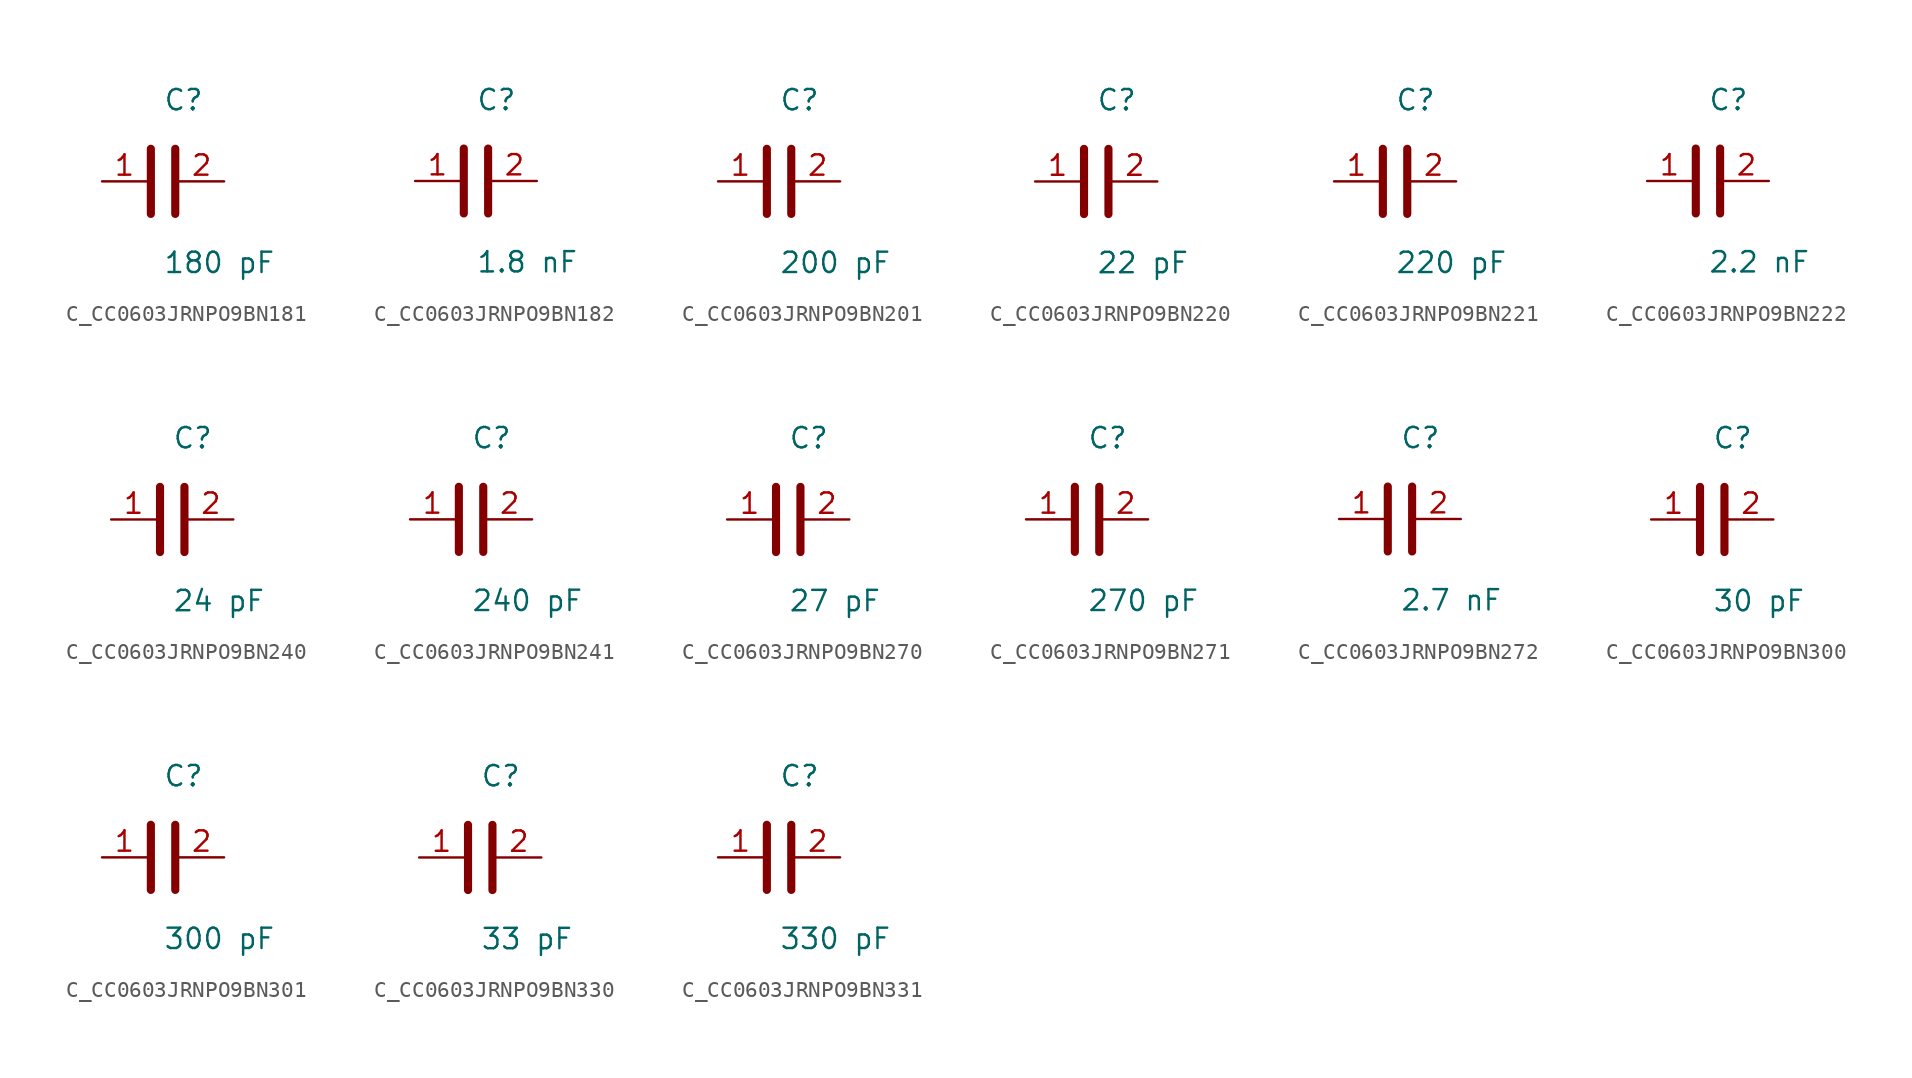
<source format=kicad_sym>
(kicad_symbol_lib
  (version 20231120)
  (generator kicad_symbol_editor)
  (generator_version 8.0)
  (symbol "C_CC0603JRNPO9BN181"
    (pin_names
      (offset 0.254))
    (property "Reference" "C"
      (at 0.0 5.08 0)
      (effects (font (size 1.27 1.27)) (justify left)))
    (property "Value" "180 pF"
      (at 0.0 -5.08 0)
      (effects (font (size 1.27 1.27)) (justify left)))
    (symbol "C_CC0603JRNPO9BN181_0_1"
      (polyline (pts (xy -0.762 -2.032) (xy -0.762 2.032)) (stroke (width 0.508) (type default)) (fill (type none)))
      (polyline (pts (xy 0.762 -2.032) (xy 0.762 2.032)) (stroke (width 0.508) (type default)) (fill (type none))))
    (pin unspecified line
      (at -3.81 0 0)
      (length 2.8)
      (name "" (effects (font (size 1.27 1.27))))
      (number "1" (effects (font (size 1.27 1.27)))))
    (pin unspecified line
      (at 3.81 0 180)
      (length 2.8)
      (name "" (effects (font (size 1.27 1.27))))
      (number "2" (effects (font (size 1.27 1.27))))))
  (symbol "C_CC0603JRNPO9BN182"
    (pin_names
      (offset 0.254))
    (property "Reference" "C"
      (at 0.0 5.08 0)
      (effects (font (size 1.27 1.27)) (justify left)))
    (property "Value" "1.8 nF"
      (at 0.0 -5.08 0)
      (effects (font (size 1.27 1.27)) (justify left)))
    (symbol "C_CC0603JRNPO9BN182_0_1"
      (polyline (pts (xy -0.762 -2.032) (xy -0.762 2.032)) (stroke (width 0.508) (type default)) (fill (type none)))
      (polyline (pts (xy 0.762 -2.032) (xy 0.762 2.032)) (stroke (width 0.508) (type default)) (fill (type none))))
    (pin unspecified line
      (at -3.81 0 0)
      (length 2.8)
      (name "" (effects (font (size 1.27 1.27))))
      (number "1" (effects (font (size 1.27 1.27)))))
    (pin unspecified line
      (at 3.81 0 180)
      (length 2.8)
      (name "" (effects (font (size 1.27 1.27))))
      (number "2" (effects (font (size 1.27 1.27))))))
  (symbol "C_CC0603JRNPO9BN201"
    (pin_names
      (offset 0.254))
    (property "Reference" "C"
      (at 0.0 5.08 0)
      (effects (font (size 1.27 1.27)) (justify left)))
    (property "Value" "200 pF"
      (at 0.0 -5.08 0)
      (effects (font (size 1.27 1.27)) (justify left)))
    (symbol "C_CC0603JRNPO9BN201_0_1"
      (polyline (pts (xy -0.762 -2.032) (xy -0.762 2.032)) (stroke (width 0.508) (type default)) (fill (type none)))
      (polyline (pts (xy 0.762 -2.032) (xy 0.762 2.032)) (stroke (width 0.508) (type default)) (fill (type none))))
    (pin unspecified line
      (at -3.81 0 0)
      (length 2.8)
      (name "" (effects (font (size 1.27 1.27))))
      (number "1" (effects (font (size 1.27 1.27)))))
    (pin unspecified line
      (at 3.81 0 180)
      (length 2.8)
      (name "" (effects (font (size 1.27 1.27))))
      (number "2" (effects (font (size 1.27 1.27))))))
  (symbol "C_CC0603JRNPO9BN220"
    (pin_names
      (offset 0.254))
    (property "Reference" "C"
      (at 0.0 5.08 0)
      (effects (font (size 1.27 1.27)) (justify left)))
    (property "Value" "22 pF"
      (at 0.0 -5.08 0)
      (effects (font (size 1.27 1.27)) (justify left)))
    (symbol "C_CC0603JRNPO9BN220_0_1"
      (polyline (pts (xy -0.762 -2.032) (xy -0.762 2.032)) (stroke (width 0.508) (type default)) (fill (type none)))
      (polyline (pts (xy 0.762 -2.032) (xy 0.762 2.032)) (stroke (width 0.508) (type default)) (fill (type none))))
    (pin unspecified line
      (at -3.81 0 0)
      (length 2.8)
      (name "" (effects (font (size 1.27 1.27))))
      (number "1" (effects (font (size 1.27 1.27)))))
    (pin unspecified line
      (at 3.81 0 180)
      (length 2.8)
      (name "" (effects (font (size 1.27 1.27))))
      (number "2" (effects (font (size 1.27 1.27))))))
  (symbol "C_CC0603JRNPO9BN221"
    (pin_names
      (offset 0.254))
    (property "Reference" "C"
      (at 0.0 5.08 0)
      (effects (font (size 1.27 1.27)) (justify left)))
    (property "Value" "220 pF"
      (at 0.0 -5.08 0)
      (effects (font (size 1.27 1.27)) (justify left)))
    (symbol "C_CC0603JRNPO9BN221_0_1"
      (polyline (pts (xy -0.762 -2.032) (xy -0.762 2.032)) (stroke (width 0.508) (type default)) (fill (type none)))
      (polyline (pts (xy 0.762 -2.032) (xy 0.762 2.032)) (stroke (width 0.508) (type default)) (fill (type none))))
    (pin unspecified line
      (at -3.81 0 0)
      (length 2.8)
      (name "" (effects (font (size 1.27 1.27))))
      (number "1" (effects (font (size 1.27 1.27)))))
    (pin unspecified line
      (at 3.81 0 180)
      (length 2.8)
      (name "" (effects (font (size 1.27 1.27))))
      (number "2" (effects (font (size 1.27 1.27))))))
  (symbol "C_CC0603JRNPO9BN222"
    (pin_names
      (offset 0.254))
    (property "Reference" "C"
      (at 0.0 5.08 0)
      (effects (font (size 1.27 1.27)) (justify left)))
    (property "Value" "2.2 nF"
      (at 0.0 -5.08 0)
      (effects (font (size 1.27 1.27)) (justify left)))
    (symbol "C_CC0603JRNPO9BN222_0_1"
      (polyline (pts (xy -0.762 -2.032) (xy -0.762 2.032)) (stroke (width 0.508) (type default)) (fill (type none)))
      (polyline (pts (xy 0.762 -2.032) (xy 0.762 2.032)) (stroke (width 0.508) (type default)) (fill (type none))))
    (pin unspecified line
      (at -3.81 0 0)
      (length 2.8)
      (name "" (effects (font (size 1.27 1.27))))
      (number "1" (effects (font (size 1.27 1.27)))))
    (pin unspecified line
      (at 3.81 0 180)
      (length 2.8)
      (name "" (effects (font (size 1.27 1.27))))
      (number "2" (effects (font (size 1.27 1.27))))))
  (symbol "C_CC0603JRNPO9BN240"
    (pin_names
      (offset 0.254))
    (property "Reference" "C"
      (at 0.0 5.08 0)
      (effects (font (size 1.27 1.27)) (justify left)))
    (property "Value" "24 pF"
      (at 0.0 -5.08 0)
      (effects (font (size 1.27 1.27)) (justify left)))
    (symbol "C_CC0603JRNPO9BN240_0_1"
      (polyline (pts (xy -0.762 -2.032) (xy -0.762 2.032)) (stroke (width 0.508) (type default)) (fill (type none)))
      (polyline (pts (xy 0.762 -2.032) (xy 0.762 2.032)) (stroke (width 0.508) (type default)) (fill (type none))))
    (pin unspecified line
      (at -3.81 0 0)
      (length 2.8)
      (name "" (effects (font (size 1.27 1.27))))
      (number "1" (effects (font (size 1.27 1.27)))))
    (pin unspecified line
      (at 3.81 0 180)
      (length 2.8)
      (name "" (effects (font (size 1.27 1.27))))
      (number "2" (effects (font (size 1.27 1.27))))))
  (symbol "C_CC0603JRNPO9BN241"
    (pin_names
      (offset 0.254))
    (property "Reference" "C"
      (at 0.0 5.08 0)
      (effects (font (size 1.27 1.27)) (justify left)))
    (property "Value" "240 pF"
      (at 0.0 -5.08 0)
      (effects (font (size 1.27 1.27)) (justify left)))
    (symbol "C_CC0603JRNPO9BN241_0_1"
      (polyline (pts (xy -0.762 -2.032) (xy -0.762 2.032)) (stroke (width 0.508) (type default)) (fill (type none)))
      (polyline (pts (xy 0.762 -2.032) (xy 0.762 2.032)) (stroke (width 0.508) (type default)) (fill (type none))))
    (pin unspecified line
      (at -3.81 0 0)
      (length 2.8)
      (name "" (effects (font (size 1.27 1.27))))
      (number "1" (effects (font (size 1.27 1.27)))))
    (pin unspecified line
      (at 3.81 0 180)
      (length 2.8)
      (name "" (effects (font (size 1.27 1.27))))
      (number "2" (effects (font (size 1.27 1.27))))))
  (symbol "C_CC0603JRNPO9BN270"
    (pin_names
      (offset 0.254))
    (property "Reference" "C"
      (at 0.0 5.08 0)
      (effects (font (size 1.27 1.27)) (justify left)))
    (property "Value" "27 pF"
      (at 0.0 -5.08 0)
      (effects (font (size 1.27 1.27)) (justify left)))
    (symbol "C_CC0603JRNPO9BN270_0_1"
      (polyline (pts (xy -0.762 -2.032) (xy -0.762 2.032)) (stroke (width 0.508) (type default)) (fill (type none)))
      (polyline (pts (xy 0.762 -2.032) (xy 0.762 2.032)) (stroke (width 0.508) (type default)) (fill (type none))))
    (pin unspecified line
      (at -3.81 0 0)
      (length 2.8)
      (name "" (effects (font (size 1.27 1.27))))
      (number "1" (effects (font (size 1.27 1.27)))))
    (pin unspecified line
      (at 3.81 0 180)
      (length 2.8)
      (name "" (effects (font (size 1.27 1.27))))
      (number "2" (effects (font (size 1.27 1.27))))))
  (symbol "C_CC0603JRNPO9BN271"
    (pin_names
      (offset 0.254))
    (property "Reference" "C"
      (at 0.0 5.08 0)
      (effects (font (size 1.27 1.27)) (justify left)))
    (property "Value" "270 pF"
      (at 0.0 -5.08 0)
      (effects (font (size 1.27 1.27)) (justify left)))
    (symbol "C_CC0603JRNPO9BN271_0_1"
      (polyline (pts (xy -0.762 -2.032) (xy -0.762 2.032)) (stroke (width 0.508) (type default)) (fill (type none)))
      (polyline (pts (xy 0.762 -2.032) (xy 0.762 2.032)) (stroke (width 0.508) (type default)) (fill (type none))))
    (pin unspecified line
      (at -3.81 0 0)
      (length 2.8)
      (name "" (effects (font (size 1.27 1.27))))
      (number "1" (effects (font (size 1.27 1.27)))))
    (pin unspecified line
      (at 3.81 0 180)
      (length 2.8)
      (name "" (effects (font (size 1.27 1.27))))
      (number "2" (effects (font (size 1.27 1.27))))))
  (symbol "C_CC0603JRNPO9BN272"
    (pin_names
      (offset 0.254))
    (property "Reference" "C"
      (at 0.0 5.08 0)
      (effects (font (size 1.27 1.27)) (justify left)))
    (property "Value" "2.7 nF"
      (at 0.0 -5.08 0)
      (effects (font (size 1.27 1.27)) (justify left)))
    (symbol "C_CC0603JRNPO9BN272_0_1"
      (polyline (pts (xy -0.762 -2.032) (xy -0.762 2.032)) (stroke (width 0.508) (type default)) (fill (type none)))
      (polyline (pts (xy 0.762 -2.032) (xy 0.762 2.032)) (stroke (width 0.508) (type default)) (fill (type none))))
    (pin unspecified line
      (at -3.81 0 0)
      (length 2.8)
      (name "" (effects (font (size 1.27 1.27))))
      (number "1" (effects (font (size 1.27 1.27)))))
    (pin unspecified line
      (at 3.81 0 180)
      (length 2.8)
      (name "" (effects (font (size 1.27 1.27))))
      (number "2" (effects (font (size 1.27 1.27))))))
  (symbol "C_CC0603JRNPO9BN300"
    (pin_names
      (offset 0.254))
    (property "Reference" "C"
      (at 0.0 5.08 0)
      (effects (font (size 1.27 1.27)) (justify left)))
    (property "Value" "30 pF"
      (at 0.0 -5.08 0)
      (effects (font (size 1.27 1.27)) (justify left)))
    (symbol "C_CC0603JRNPO9BN300_0_1"
      (polyline (pts (xy -0.762 -2.032) (xy -0.762 2.032)) (stroke (width 0.508) (type default)) (fill (type none)))
      (polyline (pts (xy 0.762 -2.032) (xy 0.762 2.032)) (stroke (width 0.508) (type default)) (fill (type none))))
    (pin unspecified line
      (at -3.81 0 0)
      (length 2.8)
      (name "" (effects (font (size 1.27 1.27))))
      (number "1" (effects (font (size 1.27 1.27)))))
    (pin unspecified line
      (at 3.81 0 180)
      (length 2.8)
      (name "" (effects (font (size 1.27 1.27))))
      (number "2" (effects (font (size 1.27 1.27))))))
  (symbol "C_CC0603JRNPO9BN301"
    (pin_names
      (offset 0.254))
    (property "Reference" "C"
      (at 0.0 5.08 0)
      (effects (font (size 1.27 1.27)) (justify left)))
    (property "Value" "300 pF"
      (at 0.0 -5.08 0)
      (effects (font (size 1.27 1.27)) (justify left)))
    (symbol "C_CC0603JRNPO9BN301_0_1"
      (polyline (pts (xy -0.762 -2.032) (xy -0.762 2.032)) (stroke (width 0.508) (type default)) (fill (type none)))
      (polyline (pts (xy 0.762 -2.032) (xy 0.762 2.032)) (stroke (width 0.508) (type default)) (fill (type none))))
    (pin unspecified line
      (at -3.81 0 0)
      (length 2.8)
      (name "" (effects (font (size 1.27 1.27))))
      (number "1" (effects (font (size 1.27 1.27)))))
    (pin unspecified line
      (at 3.81 0 180)
      (length 2.8)
      (name "" (effects (font (size 1.27 1.27))))
      (number "2" (effects (font (size 1.27 1.27))))))
  (symbol "C_CC0603JRNPO9BN330"
    (pin_names
      (offset 0.254))
    (property "Reference" "C"
      (at 0.0 5.08 0)
      (effects (font (size 1.27 1.27)) (justify left)))
    (property "Value" "33 pF"
      (at 0.0 -5.08 0)
      (effects (font (size 1.27 1.27)) (justify left)))
    (symbol "C_CC0603JRNPO9BN330_0_1"
      (polyline (pts (xy -0.762 -2.032) (xy -0.762 2.032)) (stroke (width 0.508) (type default)) (fill (type none)))
      (polyline (pts (xy 0.762 -2.032) (xy 0.762 2.032)) (stroke (width 0.508) (type default)) (fill (type none))))
    (pin unspecified line
      (at -3.81 0 0)
      (length 2.8)
      (name "" (effects (font (size 1.27 1.27))))
      (number "1" (effects (font (size 1.27 1.27)))))
    (pin unspecified line
      (at 3.81 0 180)
      (length 2.8)
      (name "" (effects (font (size 1.27 1.27))))
      (number "2" (effects (font (size 1.27 1.27))))))
  (symbol "C_CC0603JRNPO9BN331"
    (pin_names
      (offset 0.254))
    (property "Reference" "C"
      (at 0.0 5.08 0)
      (effects (font (size 1.27 1.27)) (justify left)))
    (property "Value" "330 pF"
      (at 0.0 -5.08 0)
      (effects (font (size 1.27 1.27)) (justify left)))
    (symbol "C_CC0603JRNPO9BN331_0_1"
      (polyline (pts (xy -0.762 -2.032) (xy -0.762 2.032)) (stroke (width 0.508) (type default)) (fill (type none)))
      (polyline (pts (xy 0.762 -2.032) (xy 0.762 2.032)) (stroke (width 0.508) (type default)) (fill (type none))))
    (pin unspecified line
      (at -3.81 0 0)
      (length 2.8)
      (name "" (effects (font (size 1.27 1.27))))
      (number "1" (effects (font (size 1.27 1.27)))))
    (pin unspecified line
      (at 3.81 0 180)
      (length 2.8)
      (name "" (effects (font (size 1.27 1.27))))
      (number "2" (effects (font (size 1.27 1.27)))))))
</source>
